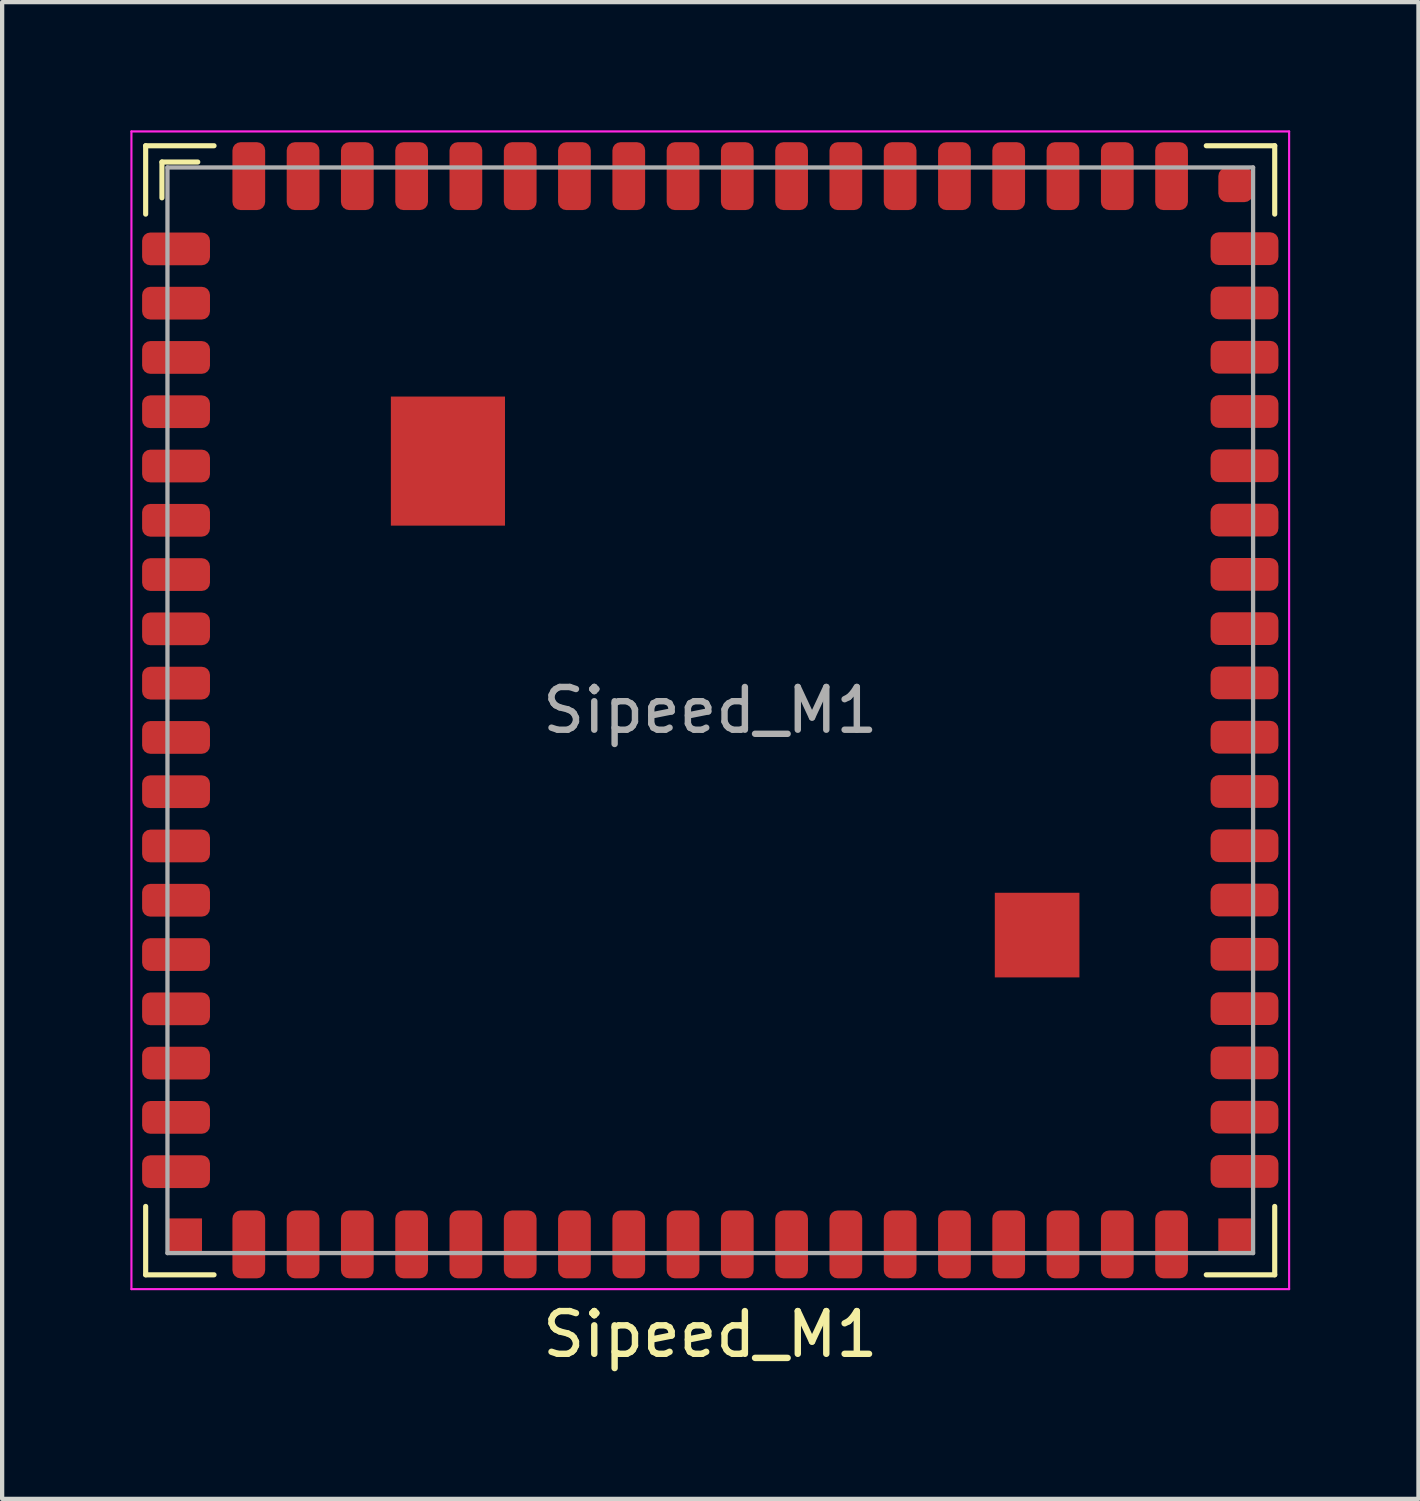
<source format=kicad_pcb>
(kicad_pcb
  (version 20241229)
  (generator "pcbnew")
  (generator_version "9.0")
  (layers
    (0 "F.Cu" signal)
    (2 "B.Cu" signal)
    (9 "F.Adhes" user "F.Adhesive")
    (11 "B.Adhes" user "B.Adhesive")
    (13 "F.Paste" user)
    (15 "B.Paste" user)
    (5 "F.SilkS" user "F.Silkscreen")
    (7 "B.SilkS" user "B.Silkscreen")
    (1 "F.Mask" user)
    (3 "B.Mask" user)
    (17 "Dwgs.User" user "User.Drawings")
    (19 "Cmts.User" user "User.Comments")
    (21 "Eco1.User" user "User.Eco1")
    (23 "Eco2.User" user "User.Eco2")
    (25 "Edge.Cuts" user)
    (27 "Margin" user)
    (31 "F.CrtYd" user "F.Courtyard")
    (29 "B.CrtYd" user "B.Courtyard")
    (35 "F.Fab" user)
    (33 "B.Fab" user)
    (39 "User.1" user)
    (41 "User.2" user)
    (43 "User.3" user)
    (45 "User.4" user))
  (footprint "Sipeed_M1"
    (layer "F.Cu")
    (at 13.568 13.568)
    (property "Reference" "Sipeed_M1" (at 0 14.602 0) (layer "F.SilkS") (effects (font (size 1 1) (thickness 0.15))))
    (attr smd)
    (fp_line (start -13.21 -13.208) (end -13.21 -11.608) (stroke (width 0.12) (type solid)) (layer "F.SilkS"))
    (fp_line (start -13.21 13.208) (end -13.21 11.608) (stroke (width 0.12) (type solid)) (layer "F.SilkS"))
    (fp_line (start -12.829 -12.827) (end -12.829 -11.989) (stroke (width 0.12) (type solid)) (layer "F.SilkS"))
    (fp_line (start -11.991 -12.827) (end -12.829 -12.827) (stroke (width 0.12) (type solid)) (layer "F.SilkS"))
    (fp_line (start -11.61 -13.208) (end -13.21 -13.208) (stroke (width 0.12) (type solid)) (layer "F.SilkS"))
    (fp_line (start -11.61 13.208) (end -13.21 13.208) (stroke (width 0.12) (type solid)) (layer "F.SilkS"))
    (fp_line (start 11.605 13.208) (end 13.206 13.208) (stroke (width 0.12) (type solid)) (layer "F.SilkS"))
    (fp_line (start 13.206 -13.208) (end 11.605 -13.208) (stroke (width 0.12) (type solid)) (layer "F.SilkS"))
    (fp_line (start 13.206 -11.608) (end 13.206 -13.208) (stroke (width 0.12) (type solid)) (layer "F.SilkS"))
    (fp_line (start 13.206 13.208) (end 13.206 11.608) (stroke (width 0.12) (type solid)) (layer "F.SilkS"))
    (fp_line (start -13.543 -13.543) (end 13.543 -13.543) (stroke (width 0.05) (type solid)) (layer "F.CrtYd"))
    (fp_line (start -13.543 13.543) (end -13.543 -13.543) (stroke (width 0.05) (type solid)) (layer "F.CrtYd"))
    (fp_line (start 13.543 -13.543) (end 13.543 13.543) (stroke (width 0.05) (type solid)) (layer "F.CrtYd"))
    (fp_line (start 13.543 13.543) (end -13.543 13.543) (stroke (width 0.05) (type solid)) (layer "F.CrtYd"))
    (fp_line (start -12.7 -12.7) (end 12.7 -12.7) (stroke (width 0.1) (type solid)) (layer "F.Fab"))
    (fp_line (start -12.7 12.7) (end -12.7 -12.7) (stroke (width 0.1) (type solid)) (layer "F.Fab"))
    (fp_line (start 12.7 -12.7) (end 12.7 12.7) (stroke (width 0.1) (type solid)) (layer "F.Fab"))
    (fp_line (start 12.7 12.7) (end -12.7 12.7) (stroke (width 0.1) (type solid)) (layer "F.Fab"))
    (fp_text user "${REFERENCE}" (at 0 0 0) (layer "F.Fab") (effects (font (size 1 1) (thickness 0.15))))
    (pad "1" smd roundrect (at -12.499 -10.795) (size 1.588 0.766) (layers "F.Cu" "F.Mask" "F.Paste") (roundrect_rratio 0.25))
    (pad "2" smd roundrect (at -12.499 -9.525) (size 1.588 0.766) (layers "F.Cu" "F.Mask" "F.Paste") (roundrect_rratio 0.25))
    (pad "3" smd roundrect (at -12.499 -8.255) (size 1.588 0.766) (layers "F.Cu" "F.Mask" "F.Paste") (roundrect_rratio 0.25))
    (pad "4" smd roundrect (at -12.499 -6.985) (size 1.588 0.766) (layers "F.Cu" "F.Mask" "F.Paste") (roundrect_rratio 0.25))
    (pad "5" smd roundrect (at -12.499 -5.715) (size 1.588 0.766) (layers "F.Cu" "F.Mask" "F.Paste") (roundrect_rratio 0.25))
    (pad "6" smd roundrect (at -12.499 -4.445) (size 1.588 0.766) (layers "F.Cu" "F.Mask" "F.Paste") (roundrect_rratio 0.25))
    (pad "7" smd roundrect (at -12.499 -3.175) (size 1.588 0.766) (layers "F.Cu" "F.Mask" "F.Paste") (roundrect_rratio 0.25))
    (pad "8" smd roundrect (at -12.499 -1.905) (size 1.588 0.766) (layers "F.Cu" "F.Mask" "F.Paste") (roundrect_rratio 0.25))
    (pad "9" smd roundrect (at -12.499 -0.635) (size 1.588 0.766) (layers "F.Cu" "F.Mask" "F.Paste") (roundrect_rratio 0.25))
    (pad "10" smd roundrect (at -12.499 0.635) (size 1.588 0.766) (layers "F.Cu" "F.Mask" "F.Paste") (roundrect_rratio 0.25))
    (pad "11" smd roundrect (at -12.499 1.905) (size 1.588 0.766) (layers "F.Cu" "F.Mask" "F.Paste") (roundrect_rratio 0.25))
    (pad "12" smd roundrect (at -12.499 3.175) (size 1.588 0.766) (layers "F.Cu" "F.Mask" "F.Paste") (roundrect_rratio 0.25))
    (pad "13" smd roundrect (at -12.499 4.445) (size 1.588 0.766) (layers "F.Cu" "F.Mask" "F.Paste") (roundrect_rratio 0.25))
    (pad "14" smd roundrect (at -12.499 5.715) (size 1.588 0.766) (layers "F.Cu" "F.Mask" "F.Paste") (roundrect_rratio 0.25))
    (pad "15" smd roundrect (at -12.499 6.985) (size 1.588 0.766) (layers "F.Cu" "F.Mask" "F.Paste") (roundrect_rratio 0.25))
    (pad "16" smd roundrect (at -12.499 8.255) (size 1.588 0.766) (layers "F.Cu" "F.Mask" "F.Paste") (roundrect_rratio 0.25))
    (pad "17" smd roundrect (at -12.499 9.525) (size 1.588 0.766) (layers "F.Cu" "F.Mask" "F.Paste") (roundrect_rratio 0.25))
    (pad "18" smd roundrect (at -12.499 10.795) (size 1.588 0.766) (layers "F.Cu" "F.Mask" "F.Paste") (roundrect_rratio 0.25))
    (pad "19" smd roundrect (at -10.797 12.497 90) (size 1.588 0.766) (layers "F.Cu" "F.Mask" "F.Paste") (roundrect_rratio 0.25))
    (pad "20" smd roundrect (at -9.527 12.497 90) (size 1.588 0.766) (layers "F.Cu" "F.Mask" "F.Paste") (roundrect_rratio 0.25))
    (pad "21" smd roundrect (at -8.258 12.497 90) (size 1.588 0.766) (layers "F.Cu" "F.Mask" "F.Paste") (roundrect_rratio 0.25))
    (pad "22" smd roundrect (at -6.987 12.497 90) (size 1.588 0.766) (layers "F.Cu" "F.Mask" "F.Paste") (roundrect_rratio 0.25))
    (pad "23" smd roundrect (at -5.718 12.497 90) (size 1.588 0.766) (layers "F.Cu" "F.Mask" "F.Paste") (roundrect_rratio 0.25))
    (pad "24" smd roundrect (at -4.447 12.497 90) (size 1.588 0.766) (layers "F.Cu" "F.Mask" "F.Paste") (roundrect_rratio 0.25))
    (pad "25" smd roundrect (at -3.178 12.497 90) (size 1.588 0.766) (layers "F.Cu" "F.Mask" "F.Paste") (roundrect_rratio 0.25))
    (pad "26" smd roundrect (at -1.907 12.497 90) (size 1.588 0.766) (layers "F.Cu" "F.Mask" "F.Paste") (roundrect_rratio 0.25))
    (pad "27" smd roundrect (at -0.637 12.497 90) (size 1.588 0.766) (layers "F.Cu" "F.Mask" "F.Paste") (roundrect_rratio 0.25))
    (pad "28" smd roundrect (at 0.632 12.497 90) (size 1.588 0.766) (layers "F.Cu" "F.Mask" "F.Paste") (roundrect_rratio 0.25))
    (pad "29" smd roundrect (at 1.903 12.497 90) (size 1.588 0.766) (layers "F.Cu" "F.Mask" "F.Paste") (roundrect_rratio 0.25))
    (pad "30" smd roundrect (at 3.172 12.497 90) (size 1.588 0.766) (layers "F.Cu" "F.Mask" "F.Paste") (roundrect_rratio 0.25))
    (pad "31" smd roundrect (at 4.442 12.497 90) (size 1.588 0.766) (layers "F.Cu" "F.Mask" "F.Paste") (roundrect_rratio 0.25))
    (pad "32" smd roundrect (at 5.713 12.497 90) (size 1.588 0.766) (layers "F.Cu" "F.Mask" "F.Paste") (roundrect_rratio 0.25))
    (pad "33" smd roundrect (at 6.982 12.497 90) (size 1.588 0.766) (layers "F.Cu" "F.Mask" "F.Paste") (roundrect_rratio 0.25))
    (pad "34" smd roundrect (at 8.252 12.497 90) (size 1.588 0.766) (layers "F.Cu" "F.Mask" "F.Paste") (roundrect_rratio 0.25))
    (pad "35" smd roundrect (at 9.523 12.497 90) (size 1.588 0.766) (layers "F.Cu" "F.Mask" "F.Paste") (roundrect_rratio 0.25))
    (pad "36" smd roundrect (at 10.793 12.497 90) (size 1.588 0.766) (layers "F.Cu" "F.Mask" "F.Paste") (roundrect_rratio 0.25))
    (pad "37" smd roundrect (at 12.499 10.79 180) (size 1.588 0.766) (layers "F.Cu" "F.Mask" "F.Paste") (roundrect_rratio 0.25))
    (pad "38" smd roundrect (at 12.499 9.52 180) (size 1.588 0.766) (layers "F.Cu" "F.Mask" "F.Paste") (roundrect_rratio 0.25))
    (pad "39" smd roundrect (at 12.499 8.25 180) (size 1.588 0.766) (layers "F.Cu" "F.Mask" "F.Paste") (roundrect_rratio 0.25))
    (pad "40" smd roundrect (at 12.499 6.98 180) (size 1.588 0.766) (layers "F.Cu" "F.Mask" "F.Paste") (roundrect_rratio 0.25))
    (pad "41" smd roundrect (at 12.499 5.71 180) (size 1.588 0.766) (layers "F.Cu" "F.Mask" "F.Paste") (roundrect_rratio 0.25))
    (pad "42" smd roundrect (at 12.499 4.44 180) (size 1.588 0.766) (layers "F.Cu" "F.Mask" "F.Paste") (roundrect_rratio 0.25))
    (pad "43" smd roundrect (at 12.499 3.17 180) (size 1.588 0.766) (layers "F.Cu" "F.Mask" "F.Paste") (roundrect_rratio 0.25))
    (pad "44" smd roundrect (at 12.499 1.9 180) (size 1.588 0.766) (layers "F.Cu" "F.Mask" "F.Paste") (roundrect_rratio 0.25))
    (pad "45" smd roundrect (at 12.499 0.63 180) (size 1.588 0.766) (layers "F.Cu" "F.Mask" "F.Paste") (roundrect_rratio 0.25))
    (pad "46" smd roundrect (at 12.499 -0.64 180) (size 1.588 0.766) (layers "F.Cu" "F.Mask" "F.Paste") (roundrect_rratio 0.25))
    (pad "47" smd roundrect (at 12.499 -1.91 180) (size 1.588 0.766) (layers "F.Cu" "F.Mask" "F.Paste") (roundrect_rratio 0.25))
    (pad "48" smd roundrect (at 12.499 -3.18 180) (size 1.588 0.766) (layers "F.Cu" "F.Mask" "F.Paste") (roundrect_rratio 0.25))
    (pad "49" smd roundrect (at 12.499 -4.45 180) (size 1.588 0.766) (layers "F.Cu" "F.Mask" "F.Paste") (roundrect_rratio 0.25))
    (pad "50" smd roundrect (at 12.499 -5.72 180) (size 1.588 0.766) (layers "F.Cu" "F.Mask" "F.Paste") (roundrect_rratio 0.25))
    (pad "51" smd roundrect (at 12.499 -6.99 180) (size 1.588 0.766) (layers "F.Cu" "F.Mask" "F.Paste") (roundrect_rratio 0.25))
    (pad "52" smd roundrect (at 12.499 -8.26 180) (size 1.588 0.766) (layers "F.Cu" "F.Mask" "F.Paste") (roundrect_rratio 0.25))
    (pad "53" smd roundrect (at 12.499 -9.53 180) (size 1.588 0.766) (layers "F.Cu" "F.Mask" "F.Paste") (roundrect_rratio 0.25))
    (pad "54" smd roundrect (at 12.499 -10.8 180) (size 1.588 0.766) (layers "F.Cu" "F.Mask" "F.Paste") (roundrect_rratio 0.25))
    (pad "55" smd roundrect (at 10.793 -12.497 270) (size 1.588 0.766) (layers "F.Cu" "F.Mask" "F.Paste") (roundrect_rratio 0.25))
    (pad "56" smd roundrect (at 9.523 -12.497 270) (size 1.588 0.766) (layers "F.Cu" "F.Mask" "F.Paste") (roundrect_rratio 0.25))
    (pad "57" smd roundrect (at 8.252 -12.497 270) (size 1.588 0.766) (layers "F.Cu" "F.Mask" "F.Paste") (roundrect_rratio 0.25))
    (pad "58" smd roundrect (at 6.982 -12.497 270) (size 1.588 0.766) (layers "F.Cu" "F.Mask" "F.Paste") (roundrect_rratio 0.25))
    (pad "59" smd roundrect (at 5.713 -12.497 270) (size 1.588 0.766) (layers "F.Cu" "F.Mask" "F.Paste") (roundrect_rratio 0.25))
    (pad "60" smd roundrect (at 4.442 -12.497 270) (size 1.588 0.766) (layers "F.Cu" "F.Mask" "F.Paste") (roundrect_rratio 0.25))
    (pad "61" smd roundrect (at 3.172 -12.497 270) (size 1.588 0.766) (layers "F.Cu" "F.Mask" "F.Paste") (roundrect_rratio 0.25))
    (pad "62" smd roundrect (at 1.903 -12.497 270) (size 1.588 0.766) (layers "F.Cu" "F.Mask" "F.Paste") (roundrect_rratio 0.25))
    (pad "63" smd roundrect (at 0.632 -12.497 270) (size 1.588 0.766) (layers "F.Cu" "F.Mask" "F.Paste") (roundrect_rratio 0.25))
    (pad "64" smd roundrect (at -0.637 -12.497 270) (size 1.588 0.766) (layers "F.Cu" "F.Mask" "F.Paste") (roundrect_rratio 0.25))
    (pad "65" smd roundrect (at -1.907 -12.497 270) (size 1.588 0.766) (layers "F.Cu" "F.Mask" "F.Paste") (roundrect_rratio 0.25))
    (pad "66" smd roundrect (at -3.178 -12.497 270) (size 1.588 0.766) (layers "F.Cu" "F.Mask" "F.Paste") (roundrect_rratio 0.25))
    (pad "67" smd roundrect (at -4.447 -12.497 270) (size 1.588 0.766) (layers "F.Cu" "F.Mask" "F.Paste") (roundrect_rratio 0.25))
    (pad "68" smd roundrect (at -5.718 -12.497 270) (size 1.588 0.766) (layers "F.Cu" "F.Mask" "F.Paste") (roundrect_rratio 0.25))
    (pad "69" smd roundrect (at -6.987 -12.497 270) (size 1.588 0.766) (layers "F.Cu" "F.Mask" "F.Paste") (roundrect_rratio 0.25))
    (pad "70" smd roundrect (at -8.258 -12.497 270) (size 1.588 0.766) (layers "F.Cu" "F.Mask" "F.Paste") (roundrect_rratio 0.25))
    (pad "71" smd roundrect (at -9.527 -12.497 270) (size 1.588 0.766) (layers "F.Cu" "F.Mask" "F.Paste") (roundrect_rratio 0.25))
    (pad "72" smd roundrect (at -10.797 -12.497 270) (size 1.588 0.766) (layers "F.Cu" "F.Mask" "F.Paste") (roundrect_rratio 0.25))
    (pad "73" smd rect (at -6.138 -5.83 90) (size 3.02 2.67) (layers "F.Cu" "F.Mask" "F.Paste"))
    (pad "74" smd rect (at 7.647 5.26 90) (size 1.98 1.98) (layers "F.Cu" "F.Mask" "F.Paste"))
    (pad "75" smd rect (at 12.292 12.294 90) (size 0.811 0.811) (layers "F.Cu" "F.Mask" "F.Paste"))
    (pad "76" smd roundrect (at 12.292 -12.294 90) (size 0.811 0.811) (layers "F.Cu" "F.Mask" "F.Paste") (roundrect_rratio 0.25))
    (pad "77" smd rect (at -12.297 12.294 90) (size 0.811 0.811) (layers "F.Cu" "F.Mask" "F.Paste")))
  (gr_rect
    (start -3 -3)
    (end 30.137 32.019)
    (stroke (width 0.1) (type default))
    (fill no)
    (layer "Edge.Cuts")))
</source>
